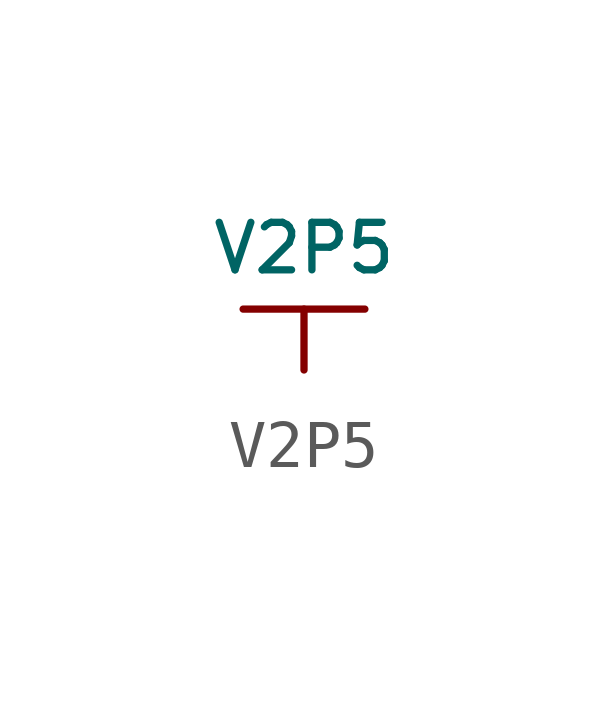
<source format=kicad_sym>
(kicad_symbol_lib
  (version 20220914)
  (generator kicad_symbol_editor)
  (symbol "V2P5"
    (power)
    (pin_numbers hide)
    (pin_names
      (offset 0) hide)
    (property "Reference" "#PWR"
      (at 0 -2.54 0)
      (effects (font (size 1.524 1.524)) hide))
    (property "Value" "V2P5"
      (at 0 1.27 0)
      (effects (font (size 0.991 0.991))))
    (property "Footprint" ""
      (at 0 0 0)
      (effects (font (size 1.524 1.524))))
    (property "Datasheet" ""
      (at 0 0 0)
      (effects (font (size 1.524 1.524))))
    (symbol "V2P5_0_1"
      (polyline (pts (xy -1.27 0) (xy 1.27 0)) (stroke (width 0) (type default)) (fill (type none))))
    (symbol "V2P5_1_1"
      (pin power_in line (at 0 -1.27 90) (length 1.27) (name "V2P5" (effects (font (size 1.27 1.27)))) (number "1" (effects (font (size 1.27 1.27))))))))
</source>
